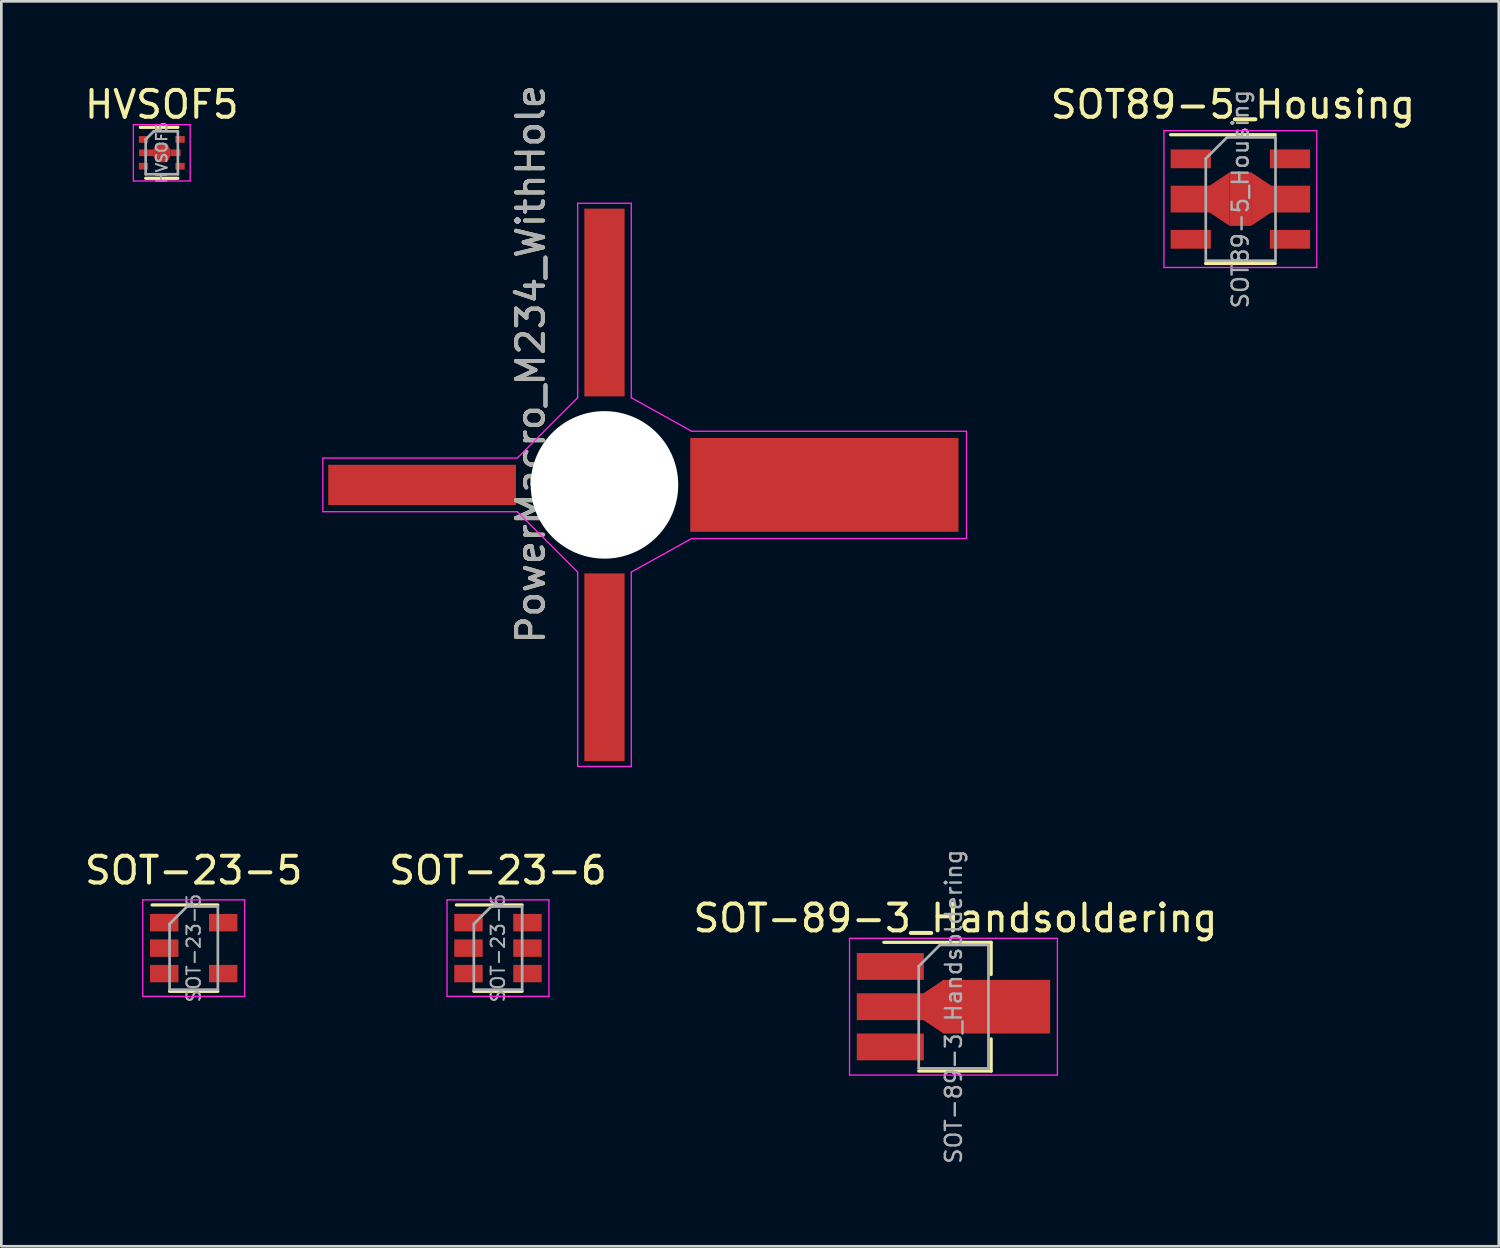
<source format=kicad_pcb>
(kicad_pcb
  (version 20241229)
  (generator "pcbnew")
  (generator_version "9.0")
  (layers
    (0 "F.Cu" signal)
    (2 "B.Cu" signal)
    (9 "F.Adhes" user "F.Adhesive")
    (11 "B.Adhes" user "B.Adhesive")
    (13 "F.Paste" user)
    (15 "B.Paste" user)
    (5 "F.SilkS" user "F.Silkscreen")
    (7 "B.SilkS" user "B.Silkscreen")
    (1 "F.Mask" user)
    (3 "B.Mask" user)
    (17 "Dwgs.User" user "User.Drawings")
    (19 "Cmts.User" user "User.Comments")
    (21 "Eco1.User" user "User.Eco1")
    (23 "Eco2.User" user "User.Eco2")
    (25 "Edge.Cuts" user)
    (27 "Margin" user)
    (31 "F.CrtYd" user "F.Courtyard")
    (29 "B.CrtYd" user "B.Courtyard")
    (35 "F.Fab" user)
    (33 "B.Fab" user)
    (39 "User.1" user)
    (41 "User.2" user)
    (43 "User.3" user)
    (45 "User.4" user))
  (footprint "PowerMacro_M234_WithHole"
    (layer "F.Cu")
    (at 20.189 15.03)
    (property "Reference" "PowerMacro_M234_WithHole" (at -3.45 -4.5 90) (layer "F.SilkS") (effects (font (size 1 1) (thickness 0.15))))
    (attr smd)
    (fp_line (start -11.2 -1) (end -11.2 1) (stroke (width 0.05) (type solid)) (layer "F.CrtYd"))
    (fp_line (start -11.2 1) (end -3.95 1) (stroke (width 0.05) (type solid)) (layer "F.CrtYd"))
    (fp_line (start -3.95 -1) (end -11.2 -1) (stroke (width 0.05) (type solid)) (layer "F.CrtYd"))
    (fp_line (start -3.95 1) (end -1.7 3.25) (stroke (width 0.05) (type solid)) (layer "F.CrtYd"))
    (fp_line (start -1.7 -10.5) (end -1.7 -3.25) (stroke (width 0.05) (type solid)) (layer "F.CrtYd"))
    (fp_line (start -1.7 -3.25) (end -3.95 -1) (stroke (width 0.05) (type solid)) (layer "F.CrtYd"))
    (fp_line (start -1.7 3.25) (end -1.7 10.5) (stroke (width 0.05) (type solid)) (layer "F.CrtYd"))
    (fp_line (start -1.7 10.5) (end 0.3 10.5) (stroke (width 0.05) (type solid)) (layer "F.CrtYd"))
    (fp_line (start 0.3 -10.5) (end -1.7 -10.5) (stroke (width 0.05) (type solid)) (layer "F.CrtYd"))
    (fp_line (start 0.3 -3.25) (end 0.3 -10.5) (stroke (width 0.05) (type solid)) (layer "F.CrtYd"))
    (fp_line (start 0.3 3.25) (end 2.55 2) (stroke (width 0.05) (type solid)) (layer "F.CrtYd"))
    (fp_line (start 0.3 10.5) (end 0.3 3.25) (stroke (width 0.05) (type solid)) (layer "F.CrtYd"))
    (fp_line (start 2.55 -2) (end 0.3 -3.25) (stroke (width 0.05) (type solid)) (layer "F.CrtYd"))
    (fp_line (start 2.55 2) (end 12.8 2) (stroke (width 0.05) (type solid)) (layer "F.CrtYd"))
    (fp_line (start 12.8 -2) (end 2.55 -2) (stroke (width 0.05) (type solid)) (layer "F.CrtYd"))
    (fp_line (start 12.8 2) (end 12.8 -2) (stroke (width 0.05) (type solid)) (layer "F.CrtYd"))
    (fp_circle (center -0.7 0) (end -0.7 -2.55) (stroke (width 0.1) (type solid)) (fill no) (layer "F.Fab"))
    (fp_text user "${REFERENCE}" (at -3.45 -4.5 90) (layer "F.Fab") (effects (font (size 1 1) (thickness 0.15))))
    (pad "" np_thru_hole circle (at -0.7 0 90) (size 5.5 5.5) (drill 5.5) (layers "*.Cu" "*.Mask"))
    (pad "1" smd rect (at -7.5 0 90) (size 1.5 7) (layers "F.Cu" "F.Mask" "F.Paste"))
    (pad "2" smd rect (at -0.7 6.8 90) (size 7 1.5) (layers "F.Cu" "F.Mask" "F.Paste"))
    (pad "3" smd rect (at 7.5 0 90) (size 3.5 10) (layers "F.Cu" "F.Mask" "F.Paste"))
    (pad "4" smd rect (at -0.7 -6.8 90) (size 7 1.5) (layers "F.Cu" "F.Mask" "F.Paste")))
  (footprint "SOT-23-6"
    (layer "F.Cu")
    (at 15.518 32.303)
    (property "Reference" "SOT-23-6" (at 0 -2.9 0) (layer "F.SilkS") (effects (font (size 1 1) (thickness 0.15))))
    (attr smd)
    (fp_line (start -0.9 1.61) (end 0.9 1.61) (stroke (width 0.12) (type solid)) (layer "F.SilkS"))
    (fp_line (start 0.9 -1.61) (end -1.55 -1.61) (stroke (width 0.12) (type solid)) (layer "F.SilkS"))
    (fp_line (start -1.9 -1.8) (end -1.9 1.8) (stroke (width 0.05) (type solid)) (layer "F.CrtYd"))
    (fp_line (start -1.9 1.8) (end 1.9 1.8) (stroke (width 0.05) (type solid)) (layer "F.CrtYd"))
    (fp_line (start 1.9 -1.8) (end -1.9 -1.8) (stroke (width 0.05) (type solid)) (layer "F.CrtYd"))
    (fp_line (start 1.9 1.8) (end 1.9 -1.8) (stroke (width 0.05) (type solid)) (layer "F.CrtYd"))
    (fp_line (start -0.9 -0.9) (end -0.9 1.55) (stroke (width 0.1) (type solid)) (layer "F.Fab"))
    (fp_line (start -0.9 -0.9) (end -0.25 -1.55) (stroke (width 0.1) (type solid)) (layer "F.Fab"))
    (fp_line (start 0.9 -1.55) (end -0.25 -1.55) (stroke (width 0.1) (type solid)) (layer "F.Fab"))
    (fp_line (start 0.9 -1.55) (end 0.9 1.55) (stroke (width 0.1) (type solid)) (layer "F.Fab"))
    (fp_line (start 0.9 1.55) (end -0.9 1.55) (stroke (width 0.1) (type solid)) (layer "F.Fab"))
    (fp_text user "${REFERENCE}" (at 0 0 90) (layer "F.Fab") (effects (font (size 0.5 0.5) (thickness 0.075))))
    (pad "1" smd rect (at -1.1 -0.95) (size 1.06 0.65) (layers "F.Cu" "F.Mask" "F.Paste"))
    (pad "2" smd rect (at -1.1 0) (size 1.06 0.65) (layers "F.Cu" "F.Mask" "F.Paste"))
    (pad "3" smd rect (at -1.1 0.95) (size 1.06 0.65) (layers "F.Cu" "F.Mask" "F.Paste"))
    (pad "4" smd rect (at 1.1 0.95) (size 1.06 0.65) (layers "F.Cu" "F.Mask" "F.Paste"))
    (pad "5" smd rect (at 1.1 0) (size 1.06 0.65) (layers "F.Cu" "F.Mask" "F.Paste"))
    (pad "6" smd rect (at 1.1 -0.95) (size 1.06 0.65) (layers "F.Cu" "F.Mask" "F.Paste")))
  (footprint "SOT89-5_Housing"
    (layer "F.Cu")
    (at 43.2 4.373)
    (property "Reference" "SOT89-5_Housing" (at -0.275 -3.525 0) (layer "F.SilkS") (effects (font (size 1 1) (thickness 0.15))))
    (attr smd)
    (fp_line (start -2.6 -2.4) (end 1.3 -2.4) (stroke (width 0.12) (type solid)) (layer "F.SilkS"))
    (fp_line (start 1.3 2.4) (end -1.3 2.4) (stroke (width 0.12) (type solid)) (layer "F.SilkS"))
    (fp_line (start -2.85 2.55) (end -2.85 -2.55) (stroke (width 0.05) (type solid)) (layer "F.CrtYd"))
    (fp_line (start -2.85 2.55) (end 2.85 2.55) (stroke (width 0.05) (type solid)) (layer "F.CrtYd"))
    (fp_line (start 2.85 -2.55) (end -2.85 -2.55) (stroke (width 0.05) (type solid)) (layer "F.CrtYd"))
    (fp_line (start 2.85 -2.55) (end 2.85 2.55) (stroke (width 0.05) (type solid)) (layer "F.CrtYd"))
    (fp_line (start -1.29 -1.51) (end -0.5 -2.3) (stroke (width 0.1) (type solid)) (layer "F.Fab"))
    (fp_line (start -1.29 2.3) (end -1.29 -1.51) (stroke (width 0.1) (type solid)) (layer "F.Fab"))
    (fp_line (start -0.5 -2.3) (end 1.31 -2.3) (stroke (width 0.1) (type solid)) (layer "F.Fab"))
    (fp_line (start 1.31 -2.3) (end 1.31 2.3) (stroke (width 0.1) (type solid)) (layer "F.Fab"))
    (fp_line (start 1.31 2.3) (end -1.29 2.3) (stroke (width 0.1) (type solid)) (layer "F.Fab"))
    (fp_text user "${REFERENCE}" (at 0 0 90) (layer "F.Fab") (effects (font (size 0.6 0.6) (thickness 0.09))))
    (pad "1" smd rect (at -1.85 -1.5 270) (size 0.7 1.5) (layers "F.Cu" "F.Mask" "F.Paste"))
    (pad "2" smd rect (at -1.85 0 270) (size 1 1.5) (layers "F.Cu" "F.Mask" "F.Paste"))
    (pad "2" smd trapezoid (at -0.775 0 90) (size 1.5 0.75) (rect_delta 0 0.5) (layers "F.Cu" "F.Mask" "F.Paste"))
    (pad "2" smd rect (at 0 0 270) (size 2 0.8) (layers "F.Cu" "F.Mask" "F.Paste"))
    (pad "2" smd trapezoid (at 0.775 0 270) (size 1.5 0.75) (rect_delta 0 0.5) (layers "F.Cu" "F.Mask" "F.Paste"))
    (pad "2" smd rect (at 1.85 0 270) (size 1 1.5) (layers "F.Cu" "F.Mask" "F.Paste"))
    (pad "3" smd rect (at -1.85 1.5 270) (size 0.7 1.5) (layers "F.Cu" "F.Mask" "F.Paste"))
    (pad "4" smd rect (at 1.85 1.5 270) (size 0.7 1.5) (layers "F.Cu" "F.Mask" "F.Paste"))
    (pad "5" smd rect (at 1.85 -1.5 270) (size 0.7 1.5) (layers "F.Cu" "F.Mask" "F.Paste")))
  (footprint "HVSOF5"
    (layer "F.Cu")
    (at 2.982 2.648)
    (property "Reference" "HVSOF5" (at 0 -1.8 0) (layer "F.SilkS") (effects (font (size 1 1) (thickness 0.15))))
    (attr smd)
    (fp_line (start -0.8 -0.95) (end 0.6 -0.95) (stroke (width 0.12) (type solid)) (layer "F.SilkS"))
    (fp_line (start -0.6 0.95) (end 0.6 0.95) (stroke (width 0.12) (type solid)) (layer "F.SilkS"))
    (fp_line (start -1.06 -1.05) (end -1.06 1.05) (stroke (width 0.05) (type solid)) (layer "F.CrtYd"))
    (fp_line (start -1.06 -1.05) (end 1.06 -1.05) (stroke (width 0.05) (type solid)) (layer "F.CrtYd"))
    (fp_line (start 1.06 1.05) (end -1.06 1.05) (stroke (width 0.05) (type solid)) (layer "F.CrtYd"))
    (fp_line (start 1.06 1.05) (end 1.06 -1.05) (stroke (width 0.05) (type solid)) (layer "F.CrtYd"))
    (fp_line (start -0.6 -0.5) (end -0.6 0.8) (stroke (width 0.1) (type solid)) (layer "F.Fab"))
    (fp_line (start -0.6 -0.5) (end -0.3 -0.8) (stroke (width 0.1) (type solid)) (layer "F.Fab"))
    (fp_line (start 0.6 -0.8) (end -0.3 -0.8) (stroke (width 0.1) (type solid)) (layer "F.Fab"))
    (fp_line (start 0.6 -0.8) (end 0.6 0.8) (stroke (width 0.1) (type solid)) (layer "F.Fab"))
    (fp_line (start 0.6 0.8) (end -0.6 0.8) (stroke (width 0.1) (type solid)) (layer "F.Fab"))
    (fp_text user "${REFERENCE}" (at 0 0 90) (layer "F.Fab") (effects (font (size 0.4 0.4) (thickness 0.075))))
    (pad "1" smd rect (at -0.68 -0.5 270) (size 0.25 0.35) (layers "F.Cu" "F.Mask" "F.Paste"))
    (pad "2" smd rect (at -0.58 0 270) (size 0.25 0.53) (layers "F.Cu" "F.Mask" "F.Paste"))
    (pad "2" smd trapezoid (at -0.26 0 270) (size 0.47 0.12) (rect_delta 0 -0.23) (layers "F.Cu" "F.Mask" "F.Paste"))
    (pad "2" smd rect (at 0 0 270) (size 0.7 0.4) (layers "F.Cu" "F.Mask" "F.Paste"))
    (pad "2" smd trapezoid (at 0.26 0 270) (size 0.47 0.12) (rect_delta 0 0.23) (layers "F.Cu" "F.Mask" "F.Paste"))
    (pad "2" smd rect (at 0.51 0 270) (size 0.25 0.38) (layers "F.Cu" "F.Mask" "F.Paste"))
    (pad "3" smd rect (at -0.68 0.5 270) (size 0.25 0.35) (layers "F.Cu" "F.Mask" "F.Paste"))
    (pad "4" smd rect (at 0.68 0.5 270) (size 0.25 0.35) (layers "F.Cu" "F.Mask" "F.Paste"))
    (pad "5" smd rect (at 0.68 -0.5 270) (size 0.25 0.35) (layers "F.Cu" "F.Mask" "F.Paste")))
  (footprint "SOT-23-5"
    (layer "F.Cu")
    (at 4.173 32.303)
    (property "Reference" "SOT-23-5" (at 0 -2.9 0) (layer "F.SilkS") (effects (font (size 1 1) (thickness 0.15))))
    (attr smd)
    (fp_line (start -0.9 1.61) (end 0.9 1.61) (stroke (width 0.12) (type solid)) (layer "F.SilkS"))
    (fp_line (start 0.9 -1.61) (end -1.55 -1.61) (stroke (width 0.12) (type solid)) (layer "F.SilkS"))
    (fp_line (start -1.9 -1.8) (end 1.9 -1.8) (stroke (width 0.05) (type solid)) (layer "F.CrtYd"))
    (fp_line (start -1.9 1.8) (end -1.9 -1.8) (stroke (width 0.05) (type solid)) (layer "F.CrtYd"))
    (fp_line (start 1.9 -1.8) (end 1.9 1.8) (stroke (width 0.05) (type solid)) (layer "F.CrtYd"))
    (fp_line (start 1.9 1.8) (end -1.9 1.8) (stroke (width 0.05) (type solid)) (layer "F.CrtYd"))
    (fp_line (start -0.9 -0.9) (end -0.9 1.55) (stroke (width 0.1) (type solid)) (layer "F.Fab"))
    (fp_line (start -0.9 -0.9) (end -0.25 -1.55) (stroke (width 0.1) (type solid)) (layer "F.Fab"))
    (fp_line (start 0.9 -1.55) (end -0.25 -1.55) (stroke (width 0.1) (type solid)) (layer "F.Fab"))
    (fp_line (start 0.9 -1.55) (end 0.9 1.55) (stroke (width 0.1) (type solid)) (layer "F.Fab"))
    (fp_line (start 0.9 1.55) (end -0.9 1.55) (stroke (width 0.1) (type solid)) (layer "F.Fab"))
    (fp_text user "${REFERENCE}" (at 0 0 90) (layer "F.Fab") (effects (font (size 0.5 0.5) (thickness 0.075))))
    (pad "1" smd rect (at -1.1 -0.95) (size 1.06 0.65) (layers "F.Cu" "F.Mask" "F.Paste"))
    (pad "2" smd rect (at -1.1 0) (size 1.06 0.65) (layers "F.Cu" "F.Mask" "F.Paste"))
    (pad "3" smd rect (at -1.1 0.95) (size 1.06 0.65) (layers "F.Cu" "F.Mask" "F.Paste"))
    (pad "4" smd rect (at 1.1 0.95) (size 1.06 0.65) (layers "F.Cu" "F.Mask" "F.Paste"))
    (pad "5" smd rect (at 1.1 -0.95) (size 1.06 0.65) (layers "F.Cu" "F.Mask" "F.Paste")))
  (footprint "SOT-89-3_Handsoldering"
    (layer "F.Cu")
    (at 32.127 34.487)
    (property "Reference" "SOT-89-3_Handsoldering" (at 0.45 -3.3 0) (layer "F.SilkS") (effects (font (size 1 1) (thickness 0.15))))
    (attr smd)
    (fp_line (start -2.22 -2.4) (end 1.78 -2.4) (stroke (width 0.12) (type solid)) (layer "F.SilkS"))
    (fp_line (start 1.78 -2.4) (end 1.78 -1.2) (stroke (width 0.12) (type solid)) (layer "F.SilkS"))
    (fp_line (start 1.78 1.2) (end 1.78 2.4) (stroke (width 0.12) (type solid)) (layer "F.SilkS"))
    (fp_line (start 1.78 2.4) (end -0.92 2.4) (stroke (width 0.12) (type solid)) (layer "F.SilkS"))
    (fp_line (start -3.5 -2.55) (end -3.5 2.55) (stroke (width 0.05) (type solid)) (layer "F.CrtYd"))
    (fp_line (start -3.5 2.55) (end 4.25 2.55) (stroke (width 0.05) (type solid)) (layer "F.CrtYd"))
    (fp_line (start 4.25 -2.55) (end -3.5 -2.55) (stroke (width 0.05) (type solid)) (layer "F.CrtYd"))
    (fp_line (start 4.25 2.55) (end 4.25 -2.55) (stroke (width 0.05) (type solid)) (layer "F.CrtYd"))
    (fp_line (start -0.92 -1.51) (end -0.13 -2.3) (stroke (width 0.1) (type solid)) (layer "F.Fab"))
    (fp_line (start -0.92 2.3) (end -0.92 -1.51) (stroke (width 0.1) (type solid)) (layer "F.Fab"))
    (fp_line (start -0.13 -2.3) (end 1.68 -2.3) (stroke (width 0.1) (type solid)) (layer "F.Fab"))
    (fp_line (start 1.68 -2.3) (end 1.68 2.3) (stroke (width 0.1) (type solid)) (layer "F.Fab"))
    (fp_line (start 1.68 2.3) (end -0.92 2.3) (stroke (width 0.1) (type solid)) (layer "F.Fab"))
    (fp_text user "${REFERENCE}" (at 0.38 0 90) (layer "F.Fab") (effects (font (size 0.6 0.6) (thickness 0.09))))
    (pad "1" smd rect (at -1.98 -1.5 270) (size 1 2.5) (layers "F.Cu" "F.Mask" "F.Paste"))
    (pad "2" smd rect (at -1.98 0 270) (size 1 2.5) (layers "F.Cu" "F.Mask" "F.Paste"))
    (pad "2" smd trapezoid (at -0.37 0 90) (size 1.5 0.75) (rect_delta 0 0.5) (layers "F.Cu" "F.Mask" "F.Paste"))
    (pad "2" smd rect (at 1.98 0 270) (size 2 4) (layers "F.Cu" "F.Mask" "F.Paste"))
    (pad "3" smd rect (at -1.98 1.5 270) (size 1 2.5) (layers "F.Cu" "F.Mask" "F.Paste")))
  (gr_rect
    (start -3 -3)
    (end 52.836 43.419)
    (stroke (width 0.1) (type default))
    (fill no)
    (layer "Edge.Cuts")))
</source>
